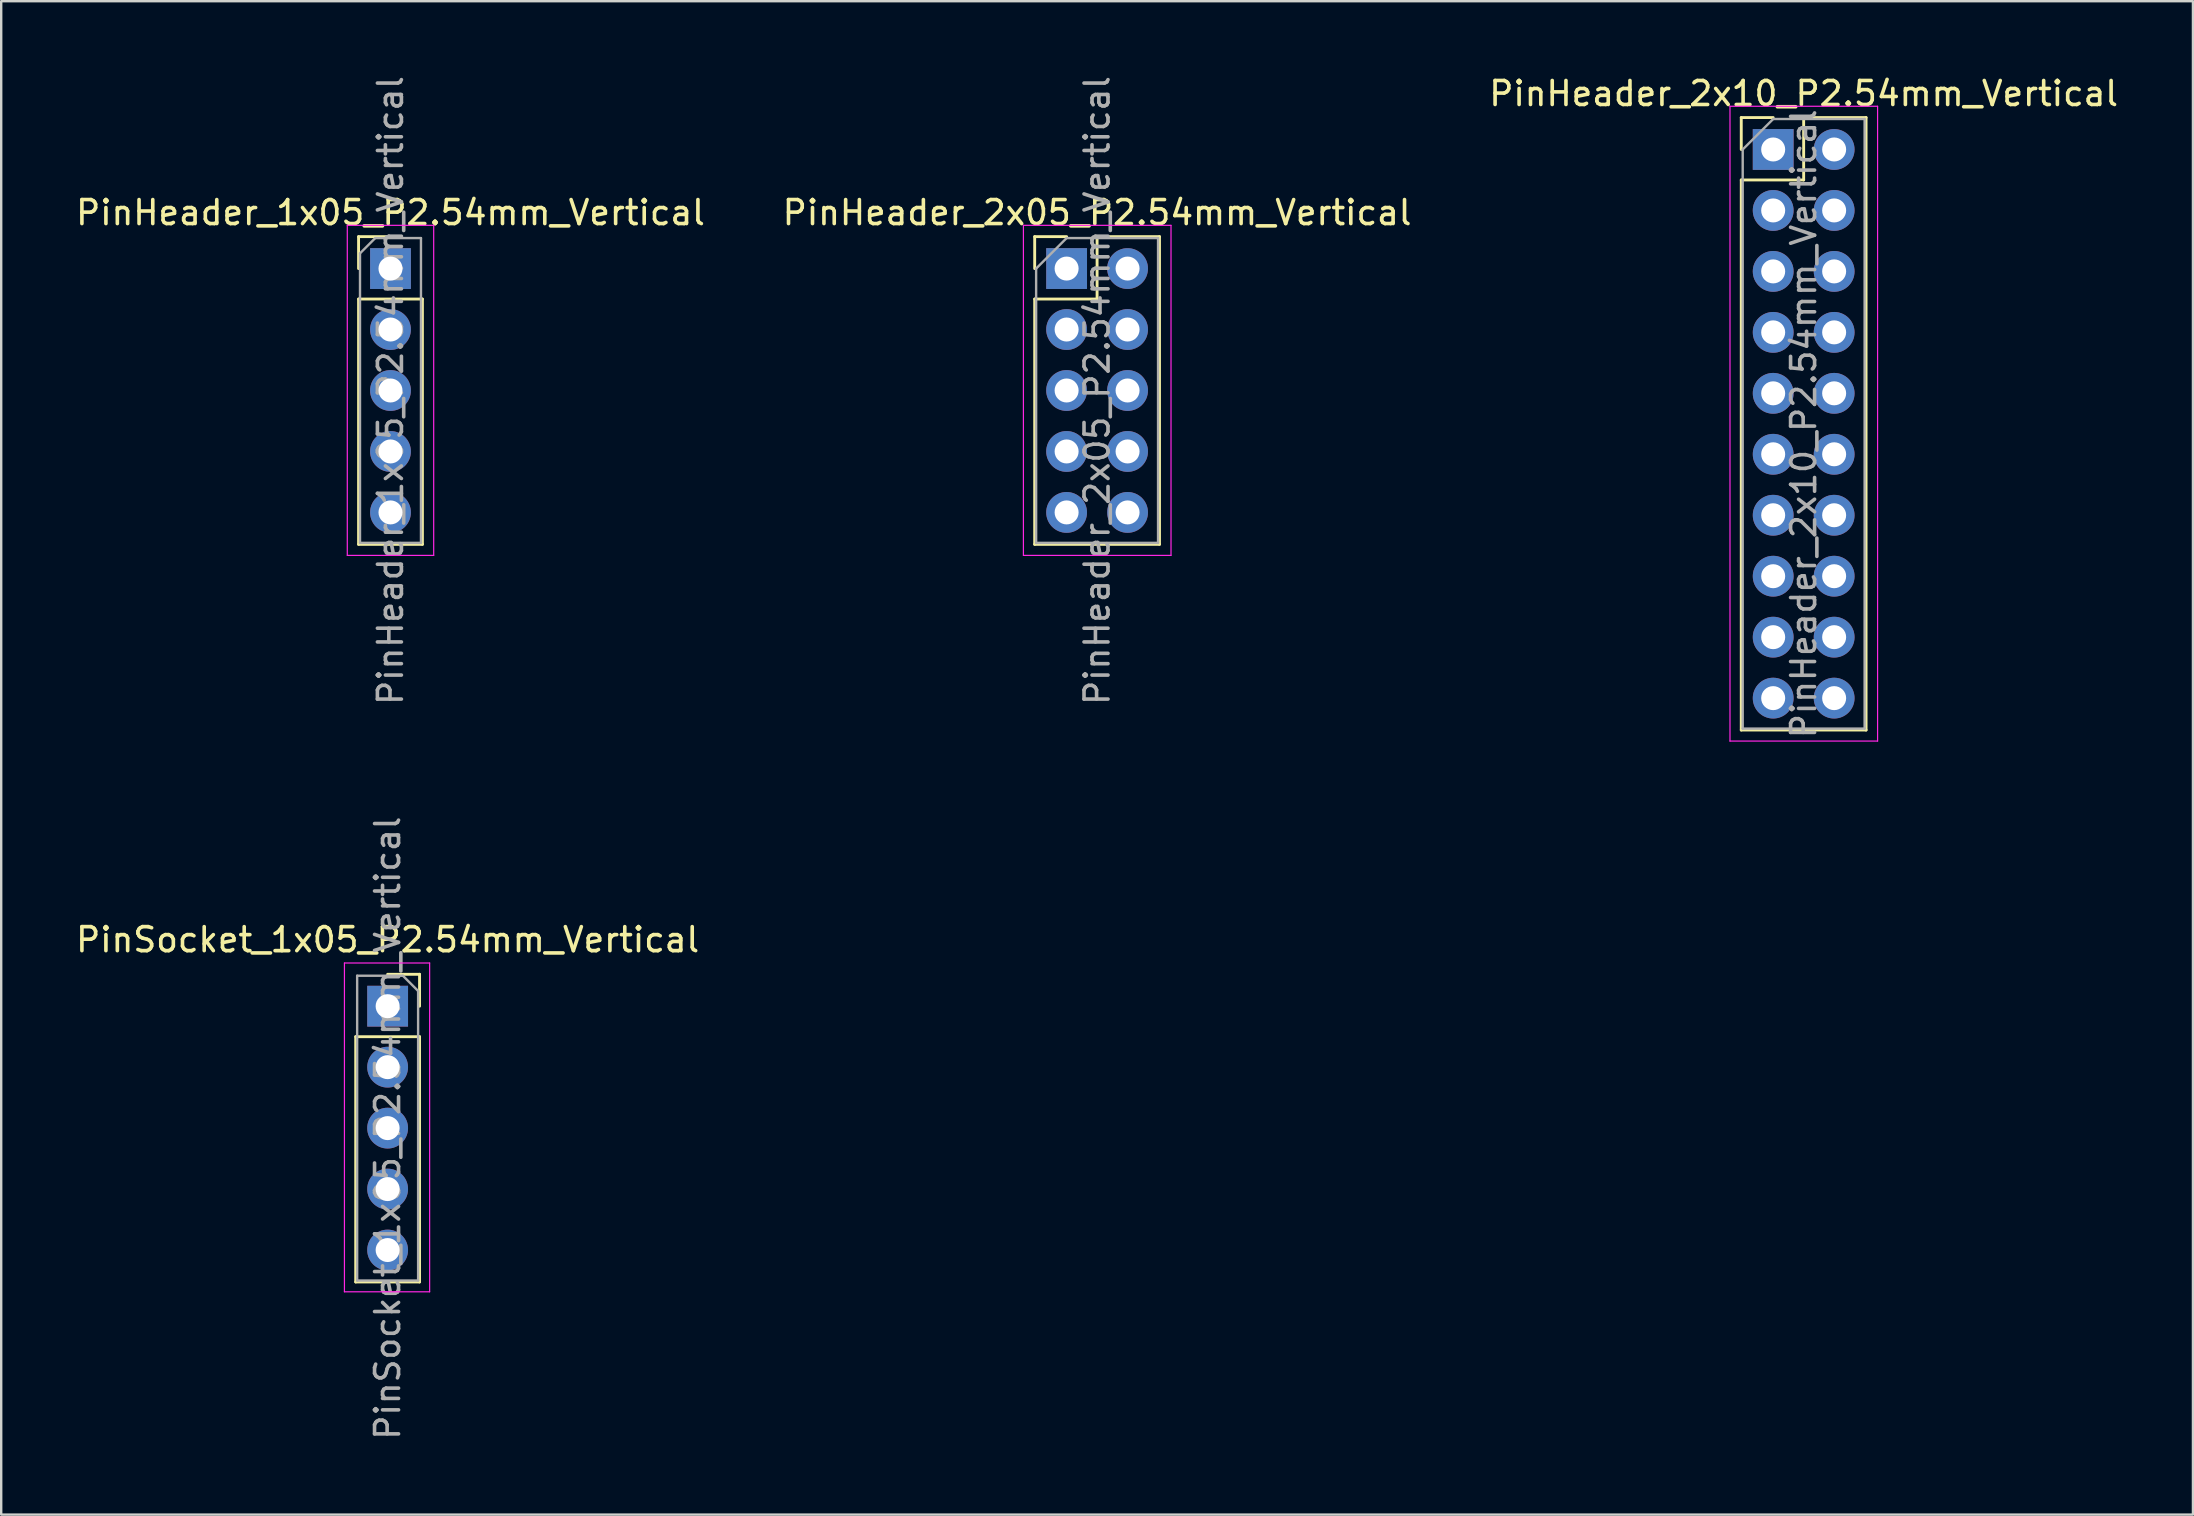
<source format=kicad_pcb>
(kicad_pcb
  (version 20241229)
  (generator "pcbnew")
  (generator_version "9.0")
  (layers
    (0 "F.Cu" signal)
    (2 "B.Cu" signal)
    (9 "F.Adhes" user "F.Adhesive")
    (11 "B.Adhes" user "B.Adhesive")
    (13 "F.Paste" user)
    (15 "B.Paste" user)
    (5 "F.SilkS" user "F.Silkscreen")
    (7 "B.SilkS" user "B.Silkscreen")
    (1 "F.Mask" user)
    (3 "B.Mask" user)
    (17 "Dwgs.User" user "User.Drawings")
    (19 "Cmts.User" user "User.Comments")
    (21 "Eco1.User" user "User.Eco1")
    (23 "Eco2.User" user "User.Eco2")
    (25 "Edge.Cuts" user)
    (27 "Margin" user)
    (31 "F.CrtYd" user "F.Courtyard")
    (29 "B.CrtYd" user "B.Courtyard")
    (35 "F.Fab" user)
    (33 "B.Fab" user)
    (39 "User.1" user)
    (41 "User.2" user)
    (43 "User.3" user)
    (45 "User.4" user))
  (footprint "PinHeader_1x05_P2.54mm_Vertical"
    (layer "F.Cu")
    (at 13.22 8.14)
    (property "Reference" "PinHeader_1x05_P2.54mm_Vertical" (at 0 -2.33 0) (layer "F.SilkS") (effects (font (size 1 1) (thickness 0.15))))
    (attr through_hole)
    (fp_line (start -1.33 -1.33) (end 0 -1.33) (stroke (width 0.12) (type solid)) (layer "F.SilkS"))
    (fp_line (start -1.33 0) (end -1.33 -1.33) (stroke (width 0.12) (type solid)) (layer "F.SilkS"))
    (fp_line (start -1.33 1.27) (end -1.33 11.49) (stroke (width 0.12) (type solid)) (layer "F.SilkS"))
    (fp_line (start -1.33 1.27) (end 1.33 1.27) (stroke (width 0.12) (type solid)) (layer "F.SilkS"))
    (fp_line (start -1.33 11.49) (end 1.33 11.49) (stroke (width 0.12) (type solid)) (layer "F.SilkS"))
    (fp_line (start 1.33 1.27) (end 1.33 11.49) (stroke (width 0.12) (type solid)) (layer "F.SilkS"))
    (fp_line (start -1.8 -1.8) (end -1.8 11.95) (stroke (width 0.05) (type solid)) (layer "F.CrtYd"))
    (fp_line (start -1.8 11.95) (end 1.8 11.95) (stroke (width 0.05) (type solid)) (layer "F.CrtYd"))
    (fp_line (start 1.8 -1.8) (end -1.8 -1.8) (stroke (width 0.05) (type solid)) (layer "F.CrtYd"))
    (fp_line (start 1.8 11.95) (end 1.8 -1.8) (stroke (width 0.05) (type solid)) (layer "F.CrtYd"))
    (fp_line (start -1.27 -0.635) (end -0.635 -1.27) (stroke (width 0.1) (type solid)) (layer "F.Fab"))
    (fp_line (start -1.27 11.43) (end -1.27 -0.635) (stroke (width 0.1) (type solid)) (layer "F.Fab"))
    (fp_line (start -0.635 -1.27) (end 1.27 -1.27) (stroke (width 0.1) (type solid)) (layer "F.Fab"))
    (fp_line (start 1.27 -1.27) (end 1.27 11.43) (stroke (width 0.1) (type solid)) (layer "F.Fab"))
    (fp_line (start 1.27 11.43) (end -1.27 11.43) (stroke (width 0.1) (type solid)) (layer "F.Fab"))
    (fp_text user "${REFERENCE}" (at 0 5.08 90) (layer "F.Fab") (effects (font (size 1 1) (thickness 0.15))))
    (pad "1" thru_hole rect (at 0 0) (size 1.7 1.7) (drill 1) (layers "*.Cu" "*.Mask"))
    (pad "2" thru_hole oval (at 0 2.54) (size 1.7 1.7) (drill 1) (layers "*.Cu" "*.Mask"))
    (pad "3" thru_hole oval (at 0 5.08) (size 1.7 1.7) (drill 1) (layers "*.Cu" "*.Mask"))
    (pad "4" thru_hole oval (at 0 7.62) (size 1.7 1.7) (drill 1) (layers "*.Cu" "*.Mask"))
    (pad "5" thru_hole oval (at 0 10.16) (size 1.7 1.7) (drill 1) (layers "*.Cu" "*.Mask")))
  (footprint "PinHeader_2x05_P2.54mm_Vertical"
    (layer "F.Cu")
    (at 41.391 8.14)
    (property "Reference" "PinHeader_2x05_P2.54mm_Vertical" (at 1.27 -2.33 0) (layer "F.SilkS") (effects (font (size 1 1) (thickness 0.15))))
    (attr through_hole)
    (fp_line (start -1.33 -1.33) (end 0 -1.33) (stroke (width 0.12) (type solid)) (layer "F.SilkS"))
    (fp_line (start -1.33 0) (end -1.33 -1.33) (stroke (width 0.12) (type solid)) (layer "F.SilkS"))
    (fp_line (start -1.33 1.27) (end -1.33 11.49) (stroke (width 0.12) (type solid)) (layer "F.SilkS"))
    (fp_line (start -1.33 1.27) (end 1.27 1.27) (stroke (width 0.12) (type solid)) (layer "F.SilkS"))
    (fp_line (start -1.33 11.49) (end 3.87 11.49) (stroke (width 0.12) (type solid)) (layer "F.SilkS"))
    (fp_line (start 1.27 -1.33) (end 3.87 -1.33) (stroke (width 0.12) (type solid)) (layer "F.SilkS"))
    (fp_line (start 1.27 1.27) (end 1.27 -1.33) (stroke (width 0.12) (type solid)) (layer "F.SilkS"))
    (fp_line (start 3.87 -1.33) (end 3.87 11.49) (stroke (width 0.12) (type solid)) (layer "F.SilkS"))
    (fp_line (start -1.8 -1.8) (end -1.8 11.95) (stroke (width 0.05) (type solid)) (layer "F.CrtYd"))
    (fp_line (start -1.8 11.95) (end 4.35 11.95) (stroke (width 0.05) (type solid)) (layer "F.CrtYd"))
    (fp_line (start 4.35 -1.8) (end -1.8 -1.8) (stroke (width 0.05) (type solid)) (layer "F.CrtYd"))
    (fp_line (start 4.35 11.95) (end 4.35 -1.8) (stroke (width 0.05) (type solid)) (layer "F.CrtYd"))
    (fp_line (start -1.27 0) (end 0 -1.27) (stroke (width 0.1) (type solid)) (layer "F.Fab"))
    (fp_line (start -1.27 11.43) (end -1.27 0) (stroke (width 0.1) (type solid)) (layer "F.Fab"))
    (fp_line (start 0 -1.27) (end 3.81 -1.27) (stroke (width 0.1) (type solid)) (layer "F.Fab"))
    (fp_line (start 3.81 -1.27) (end 3.81 11.43) (stroke (width 0.1) (type solid)) (layer "F.Fab"))
    (fp_line (start 3.81 11.43) (end -1.27 11.43) (stroke (width 0.1) (type solid)) (layer "F.Fab"))
    (fp_text user "${REFERENCE}" (at 1.27 5.08 90) (layer "F.Fab") (effects (font (size 1 1) (thickness 0.15))))
    (pad "1" thru_hole rect (at 0 0) (size 1.7 1.7) (drill 1) (layers "*.Cu" "*.Mask"))
    (pad "2" thru_hole oval (at 2.54 0) (size 1.7 1.7) (drill 1) (layers "*.Cu" "*.Mask"))
    (pad "3" thru_hole oval (at 0 2.54) (size 1.7 1.7) (drill 1) (layers "*.Cu" "*.Mask"))
    (pad "4" thru_hole oval (at 2.54 2.54) (size 1.7 1.7) (drill 1) (layers "*.Cu" "*.Mask"))
    (pad "5" thru_hole oval (at 0 5.08) (size 1.7 1.7) (drill 1) (layers "*.Cu" "*.Mask"))
    (pad "6" thru_hole oval (at 2.54 5.08) (size 1.7 1.7) (drill 1) (layers "*.Cu" "*.Mask"))
    (pad "7" thru_hole oval (at 0 7.62) (size 1.7 1.7) (drill 1) (layers "*.Cu" "*.Mask"))
    (pad "8" thru_hole oval (at 2.54 7.62) (size 1.7 1.7) (drill 1) (layers "*.Cu" "*.Mask"))
    (pad "9" thru_hole oval (at 0 10.16) (size 1.7 1.7) (drill 1) (layers "*.Cu" "*.Mask"))
    (pad "10" thru_hole oval (at 2.54 10.16) (size 1.7 1.7) (drill 1) (layers "*.Cu" "*.Mask")))
  (footprint "PinHeader_2x10_P2.54mm_Vertical"
    (layer "F.Cu")
    (at 70.831 3.178)
    (property "Reference" "PinHeader_2x10_P2.54mm_Vertical" (at 1.27 -2.33 0) (layer "F.SilkS") (effects (font (size 1 1) (thickness 0.15))))
    (attr through_hole)
    (fp_line (start -1.33 -1.33) (end 0 -1.33) (stroke (width 0.12) (type solid)) (layer "F.SilkS"))
    (fp_line (start -1.33 0) (end -1.33 -1.33) (stroke (width 0.12) (type solid)) (layer "F.SilkS"))
    (fp_line (start -1.33 1.27) (end -1.33 24.19) (stroke (width 0.12) (type solid)) (layer "F.SilkS"))
    (fp_line (start -1.33 1.27) (end 1.27 1.27) (stroke (width 0.12) (type solid)) (layer "F.SilkS"))
    (fp_line (start -1.33 24.19) (end 3.87 24.19) (stroke (width 0.12) (type solid)) (layer "F.SilkS"))
    (fp_line (start 1.27 -1.33) (end 3.87 -1.33) (stroke (width 0.12) (type solid)) (layer "F.SilkS"))
    (fp_line (start 1.27 1.27) (end 1.27 -1.33) (stroke (width 0.12) (type solid)) (layer "F.SilkS"))
    (fp_line (start 3.87 -1.33) (end 3.87 24.19) (stroke (width 0.12) (type solid)) (layer "F.SilkS"))
    (fp_line (start -1.8 -1.8) (end -1.8 24.65) (stroke (width 0.05) (type solid)) (layer "F.CrtYd"))
    (fp_line (start -1.8 24.65) (end 4.35 24.65) (stroke (width 0.05) (type solid)) (layer "F.CrtYd"))
    (fp_line (start 4.35 -1.8) (end -1.8 -1.8) (stroke (width 0.05) (type solid)) (layer "F.CrtYd"))
    (fp_line (start 4.35 24.65) (end 4.35 -1.8) (stroke (width 0.05) (type solid)) (layer "F.CrtYd"))
    (fp_line (start -1.27 0) (end 0 -1.27) (stroke (width 0.1) (type solid)) (layer "F.Fab"))
    (fp_line (start -1.27 24.13) (end -1.27 0) (stroke (width 0.1) (type solid)) (layer "F.Fab"))
    (fp_line (start 0 -1.27) (end 3.81 -1.27) (stroke (width 0.1) (type solid)) (layer "F.Fab"))
    (fp_line (start 3.81 -1.27) (end 3.81 24.13) (stroke (width 0.1) (type solid)) (layer "F.Fab"))
    (fp_line (start 3.81 24.13) (end -1.27 24.13) (stroke (width 0.1) (type solid)) (layer "F.Fab"))
    (fp_text user "${REFERENCE}" (at 1.27 11.43 90) (layer "F.Fab") (effects (font (size 1 1) (thickness 0.15))))
    (pad "1" thru_hole rect (at 0 0) (size 1.7 1.7) (drill 1) (layers "*.Cu" "*.Mask"))
    (pad "2" thru_hole oval (at 2.54 0) (size 1.7 1.7) (drill 1) (layers "*.Cu" "*.Mask"))
    (pad "3" thru_hole oval (at 0 2.54) (size 1.7 1.7) (drill 1) (layers "*.Cu" "*.Mask"))
    (pad "4" thru_hole oval (at 2.54 2.54) (size 1.7 1.7) (drill 1) (layers "*.Cu" "*.Mask"))
    (pad "5" thru_hole oval (at 0 5.08) (size 1.7 1.7) (drill 1) (layers "*.Cu" "*.Mask"))
    (pad "6" thru_hole oval (at 2.54 5.08) (size 1.7 1.7) (drill 1) (layers "*.Cu" "*.Mask"))
    (pad "7" thru_hole oval (at 0 7.62) (size 1.7 1.7) (drill 1) (layers "*.Cu" "*.Mask"))
    (pad "8" thru_hole oval (at 2.54 7.62) (size 1.7 1.7) (drill 1) (layers "*.Cu" "*.Mask"))
    (pad "9" thru_hole oval (at 0 10.16) (size 1.7 1.7) (drill 1) (layers "*.Cu" "*.Mask"))
    (pad "10" thru_hole oval (at 2.54 10.16) (size 1.7 1.7) (drill 1) (layers "*.Cu" "*.Mask"))
    (pad "11" thru_hole oval (at 0 12.7) (size 1.7 1.7) (drill 1) (layers "*.Cu" "*.Mask"))
    (pad "12" thru_hole oval (at 2.54 12.7) (size 1.7 1.7) (drill 1) (layers "*.Cu" "*.Mask"))
    (pad "13" thru_hole oval (at 0 15.24) (size 1.7 1.7) (drill 1) (layers "*.Cu" "*.Mask"))
    (pad "14" thru_hole oval (at 2.54 15.24) (size 1.7 1.7) (drill 1) (layers "*.Cu" "*.Mask"))
    (pad "15" thru_hole oval (at 0 17.78) (size 1.7 1.7) (drill 1) (layers "*.Cu" "*.Mask"))
    (pad "16" thru_hole oval (at 2.54 17.78) (size 1.7 1.7) (drill 1) (layers "*.Cu" "*.Mask"))
    (pad "17" thru_hole oval (at 0 20.32) (size 1.7 1.7) (drill 1) (layers "*.Cu" "*.Mask"))
    (pad "18" thru_hole oval (at 2.54 20.32) (size 1.7 1.7) (drill 1) (layers "*.Cu" "*.Mask"))
    (pad "19" thru_hole oval (at 0 22.86) (size 1.7 1.7) (drill 1) (layers "*.Cu" "*.Mask"))
    (pad "20" thru_hole oval (at 2.54 22.86) (size 1.7 1.7) (drill 1) (layers "*.Cu" "*.Mask")))
  (footprint "PinSocket_1x05_P2.54mm_Vertical"
    (layer "F.Cu")
    (at 13.101 38.874)
    (property "Reference" "PinSocket_1x05_P2.54mm_Vertical" (at 0 -2.77 0) (layer "F.SilkS") (effects (font (size 1 1) (thickness 0.15))))
    (attr through_hole)
    (fp_line (start -1.33 1.27) (end -1.33 11.49) (stroke (width 0.12) (type solid)) (layer "F.SilkS"))
    (fp_line (start -1.33 1.27) (end 1.33 1.27) (stroke (width 0.12) (type solid)) (layer "F.SilkS"))
    (fp_line (start -1.33 11.49) (end 1.33 11.49) (stroke (width 0.12) (type solid)) (layer "F.SilkS"))
    (fp_line (start 0 -1.33) (end 1.33 -1.33) (stroke (width 0.12) (type solid)) (layer "F.SilkS"))
    (fp_line (start 1.33 -1.33) (end 1.33 0) (stroke (width 0.12) (type solid)) (layer "F.SilkS"))
    (fp_line (start 1.33 1.27) (end 1.33 11.49) (stroke (width 0.12) (type solid)) (layer "F.SilkS"))
    (fp_line (start -1.8 -1.8) (end 1.75 -1.8) (stroke (width 0.05) (type solid)) (layer "F.CrtYd"))
    (fp_line (start -1.8 11.9) (end -1.8 -1.8) (stroke (width 0.05) (type solid)) (layer "F.CrtYd"))
    (fp_line (start 1.75 -1.8) (end 1.75 11.9) (stroke (width 0.05) (type solid)) (layer "F.CrtYd"))
    (fp_line (start 1.75 11.9) (end -1.8 11.9) (stroke (width 0.05) (type solid)) (layer "F.CrtYd"))
    (fp_line (start -1.27 -1.27) (end 0.635 -1.27) (stroke (width 0.1) (type solid)) (layer "F.Fab"))
    (fp_line (start -1.27 11.43) (end -1.27 -1.27) (stroke (width 0.1) (type solid)) (layer "F.Fab"))
    (fp_line (start 0.635 -1.27) (end 1.27 -0.635) (stroke (width 0.1) (type solid)) (layer "F.Fab"))
    (fp_line (start 1.27 -0.635) (end 1.27 11.43) (stroke (width 0.1) (type solid)) (layer "F.Fab"))
    (fp_line (start 1.27 11.43) (end -1.27 11.43) (stroke (width 0.1) (type solid)) (layer "F.Fab"))
    (fp_text user "${REFERENCE}" (at 0 5.08 90) (layer "F.Fab") (effects (font (size 1 1) (thickness 0.15))))
    (pad "1" thru_hole rect (at 0 0) (size 1.7 1.7) (drill 1) (layers "*.Cu" "*.Mask"))
    (pad "2" thru_hole oval (at 0 2.54) (size 1.7 1.7) (drill 1) (layers "*.Cu" "*.Mask"))
    (pad "3" thru_hole oval (at 0 5.08) (size 1.7 1.7) (drill 1) (layers "*.Cu" "*.Mask"))
    (pad "4" thru_hole oval (at 0 7.62) (size 1.7 1.7) (drill 1) (layers "*.Cu" "*.Mask"))
    (pad "5" thru_hole oval (at 0 10.16) (size 1.7 1.7) (drill 1) (layers "*.Cu" "*.Mask")))
  (gr_rect
    (start -3 -3)
    (end 88.321 60.056)
    (stroke (width 0.1) (type default))
    (fill no)
    (layer "Edge.Cuts")))
</source>
